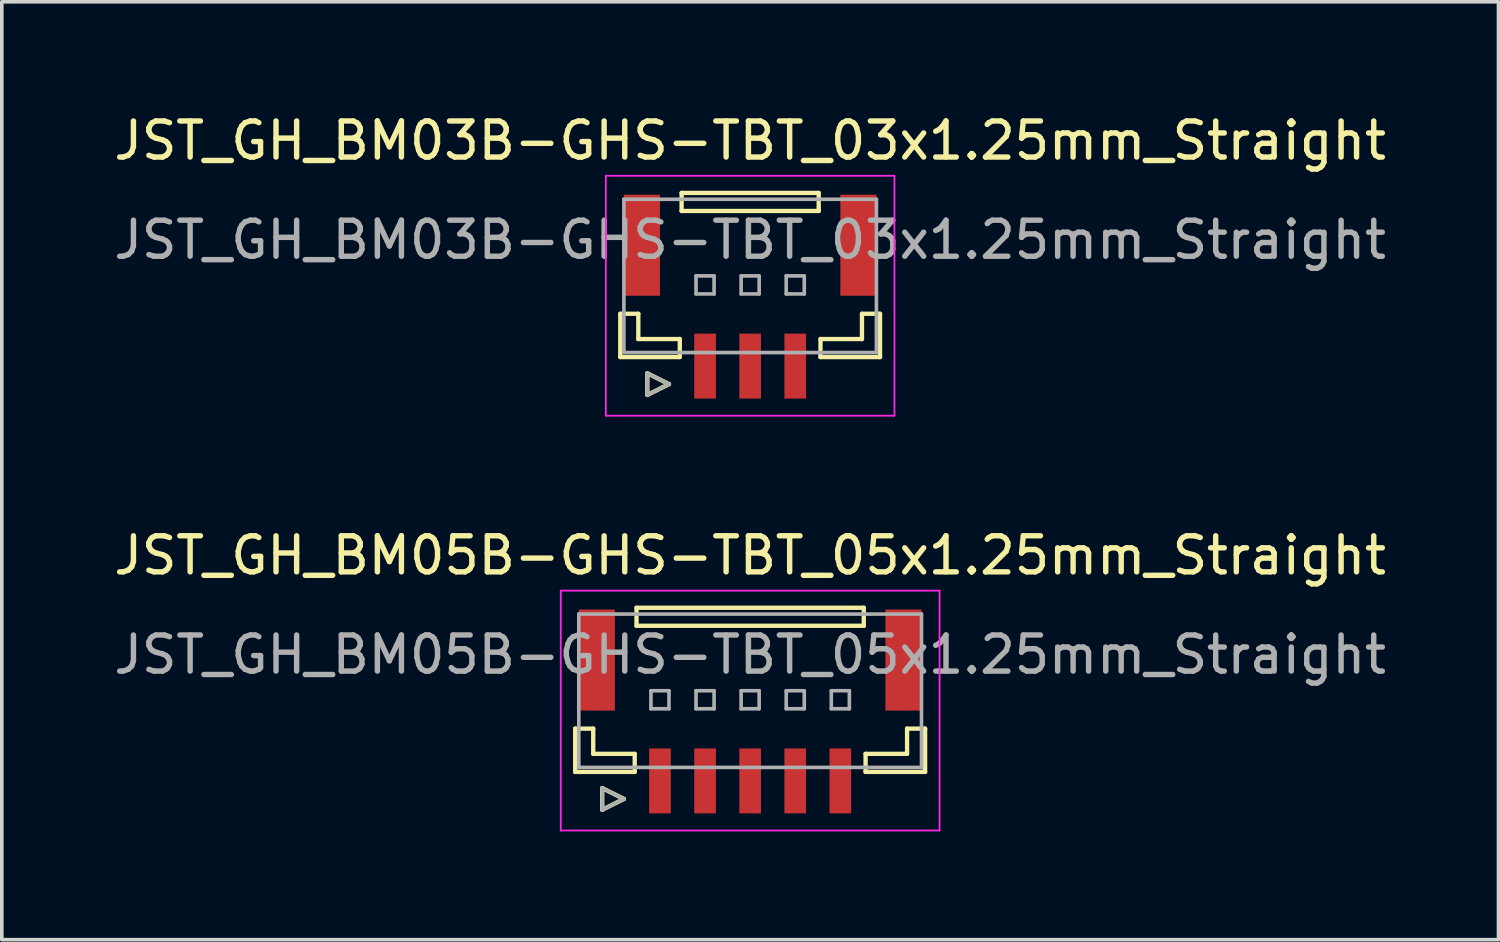
<source format=kicad_pcb>
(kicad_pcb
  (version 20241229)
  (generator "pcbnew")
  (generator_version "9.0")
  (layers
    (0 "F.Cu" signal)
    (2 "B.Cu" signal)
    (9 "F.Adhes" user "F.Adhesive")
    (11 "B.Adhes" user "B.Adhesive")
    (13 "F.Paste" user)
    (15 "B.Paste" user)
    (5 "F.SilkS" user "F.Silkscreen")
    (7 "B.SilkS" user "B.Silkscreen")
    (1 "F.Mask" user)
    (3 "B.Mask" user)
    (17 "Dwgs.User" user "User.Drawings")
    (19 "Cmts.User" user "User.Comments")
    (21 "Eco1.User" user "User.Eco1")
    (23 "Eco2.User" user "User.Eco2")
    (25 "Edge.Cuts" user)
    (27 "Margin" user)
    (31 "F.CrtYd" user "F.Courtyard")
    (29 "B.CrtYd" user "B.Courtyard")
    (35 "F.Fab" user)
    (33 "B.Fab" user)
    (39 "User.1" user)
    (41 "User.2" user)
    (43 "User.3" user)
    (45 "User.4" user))
  (footprint "JST_GH_BM03B-GHS-TBT_03x1.25mm_Straight"
    (layer "F.Cu")
    (at 17.744 5.423)
    (property "Reference" "JST_GH_BM03B-GHS-TBT_03x1.25mm_Straight" (at 0 -4.575 0) (layer "F.SilkS") (effects (font (size 1 1) (thickness 0.15))))
    (attr smd)
    (fp_line (start -3.6 0.225) (end -3.6 1.425) (stroke (width 0.12) (type solid)) (layer "F.SilkS"))
    (fp_line (start -3.6 1.425) (end -1.95 1.425) (stroke (width 0.12) (type solid)) (layer "F.SilkS"))
    (fp_line (start -3.1 0.225) (end -3.6 0.225) (stroke (width 0.12) (type solid)) (layer "F.SilkS"))
    (fp_line (start -3.1 0.925) (end -3.1 0.225) (stroke (width 0.12) (type solid)) (layer "F.SilkS"))
    (fp_line (start -2.85 1.875) (end -2.25 2.175) (stroke (width 0.12) (type solid)) (layer "F.SilkS"))
    (fp_line (start -2.85 2.475) (end -2.85 1.875) (stroke (width 0.12) (type solid)) (layer "F.SilkS"))
    (fp_line (start -2.25 2.175) (end -2.85 2.475) (stroke (width 0.12) (type solid)) (layer "F.SilkS"))
    (fp_line (start -1.95 0.925) (end -3.1 0.925) (stroke (width 0.12) (type solid)) (layer "F.SilkS"))
    (fp_line (start -1.95 1.425) (end -1.95 0.925) (stroke (width 0.12) (type solid)) (layer "F.SilkS"))
    (fp_line (start -1.9 -3.125) (end 1.9 -3.125) (stroke (width 0.12) (type solid)) (layer "F.SilkS"))
    (fp_line (start -1.9 -2.625) (end -1.9 -3.125) (stroke (width 0.12) (type solid)) (layer "F.SilkS"))
    (fp_line (start 1.9 -3.125) (end 1.9 -2.625) (stroke (width 0.12) (type solid)) (layer "F.SilkS"))
    (fp_line (start 1.9 -2.625) (end -1.9 -2.625) (stroke (width 0.12) (type solid)) (layer "F.SilkS"))
    (fp_line (start 1.95 0.925) (end 3.1 0.925) (stroke (width 0.12) (type solid)) (layer "F.SilkS"))
    (fp_line (start 1.95 1.425) (end 1.95 0.925) (stroke (width 0.12) (type solid)) (layer "F.SilkS"))
    (fp_line (start 3.1 0.225) (end 3.6 0.225) (stroke (width 0.12) (type solid)) (layer "F.SilkS"))
    (fp_line (start 3.1 0.925) (end 3.1 0.225) (stroke (width 0.12) (type solid)) (layer "F.SilkS"))
    (fp_line (start 3.6 0.225) (end 3.6 1.425) (stroke (width 0.12) (type solid)) (layer "F.SilkS"))
    (fp_line (start 3.6 1.425) (end 1.95 1.425) (stroke (width 0.12) (type solid)) (layer "F.SilkS"))
    (fp_line (start -4 -3.6) (end 4 -3.6) (stroke (width 0.05) (type solid)) (layer "F.CrtYd"))
    (fp_line (start -4 3.05) (end -4 -3.6) (stroke (width 0.05) (type solid)) (layer "F.CrtYd"))
    (fp_line (start 4 -3.6) (end 4 3.05) (stroke (width 0.05) (type solid)) (layer "F.CrtYd"))
    (fp_line (start 4 3.05) (end -4 3.05) (stroke (width 0.05) (type solid)) (layer "F.CrtYd"))
    (fp_line (start -3.5 -2.95) (end 3.5 -2.95) (stroke (width 0.1) (type solid)) (layer "F.Fab"))
    (fp_line (start -3.5 1.3) (end -3.5 -2.95) (stroke (width 0.1) (type solid)) (layer "F.Fab"))
    (fp_line (start -2.85 1.875) (end -2.25 2.175) (stroke (width 0.1) (type solid)) (layer "F.Fab"))
    (fp_line (start -2.85 2.475) (end -2.85 1.875) (stroke (width 0.1) (type solid)) (layer "F.Fab"))
    (fp_line (start -2.25 2.175) (end -2.85 2.475) (stroke (width 0.1) (type solid)) (layer "F.Fab"))
    (fp_line (start -1.5 -0.825) (end -1 -0.825) (stroke (width 0.1) (type solid)) (layer "F.Fab"))
    (fp_line (start -1.5 -0.325) (end -1.5 -0.825) (stroke (width 0.1) (type solid)) (layer "F.Fab"))
    (fp_line (start -1 -0.825) (end -1 -0.325) (stroke (width 0.1) (type solid)) (layer "F.Fab"))
    (fp_line (start -1 -0.325) (end -1.5 -0.325) (stroke (width 0.1) (type solid)) (layer "F.Fab"))
    (fp_line (start -0.25 -0.825) (end 0.25 -0.825) (stroke (width 0.1) (type solid)) (layer "F.Fab"))
    (fp_line (start -0.25 -0.325) (end -0.25 -0.825) (stroke (width 0.1) (type solid)) (layer "F.Fab"))
    (fp_line (start 0.25 -0.825) (end 0.25 -0.325) (stroke (width 0.1) (type solid)) (layer "F.Fab"))
    (fp_line (start 0.25 -0.325) (end -0.25 -0.325) (stroke (width 0.1) (type solid)) (layer "F.Fab"))
    (fp_line (start 1 -0.825) (end 1.5 -0.825) (stroke (width 0.1) (type solid)) (layer "F.Fab"))
    (fp_line (start 1 -0.325) (end 1 -0.825) (stroke (width 0.1) (type solid)) (layer "F.Fab"))
    (fp_line (start 1.5 -0.825) (end 1.5 -0.325) (stroke (width 0.1) (type solid)) (layer "F.Fab"))
    (fp_line (start 1.5 -0.325) (end 1 -0.325) (stroke (width 0.1) (type solid)) (layer "F.Fab"))
    (fp_line (start 3.5 -2.95) (end 3.5 1.3) (stroke (width 0.1) (type solid)) (layer "F.Fab"))
    (fp_line (start 3.5 1.3) (end -3.5 1.3) (stroke (width 0.1) (type solid)) (layer "F.Fab"))
    (fp_text user "${REFERENCE}" (at 0 -1.825 0) (layer "F.Fab") (effects (font (size 1 1) (thickness 0.15))))
    (pad "" smd rect (at -3 -1.675) (size 1 2.8) (layers "F.Cu" "F.Mask" "F.Paste"))
    (pad "" smd rect (at 3 -1.675) (size 1 2.8) (layers "F.Cu" "F.Mask" "F.Paste"))
    (pad "1" smd rect (at -1.25 1.675) (size 0.6 1.8) (layers "F.Cu" "F.Mask" "F.Paste"))
    (pad "2" smd rect (at 0 1.675) (size 0.6 1.8) (layers "F.Cu" "F.Mask" "F.Paste"))
    (pad "3" smd rect (at 1.25 1.675) (size 0.6 1.8) (layers "F.Cu" "F.Mask" "F.Paste")))
  (footprint "JST_GH_BM05B-GHS-TBT_05x1.25mm_Straight"
    (layer "F.Cu")
    (at 17.744 16.922)
    (property "Reference" "JST_GH_BM05B-GHS-TBT_05x1.25mm_Straight" (at 0 -4.575 0) (layer "F.SilkS") (effects (font (size 1 1) (thickness 0.15))))
    (attr smd)
    (fp_line (start -4.85 0.225) (end -4.85 1.425) (stroke (width 0.12) (type solid)) (layer "F.SilkS"))
    (fp_line (start -4.85 1.425) (end -3.2 1.425) (stroke (width 0.12) (type solid)) (layer "F.SilkS"))
    (fp_line (start -4.35 0.225) (end -4.85 0.225) (stroke (width 0.12) (type solid)) (layer "F.SilkS"))
    (fp_line (start -4.35 0.925) (end -4.35 0.225) (stroke (width 0.12) (type solid)) (layer "F.SilkS"))
    (fp_line (start -4.1 1.875) (end -3.5 2.175) (stroke (width 0.12) (type solid)) (layer "F.SilkS"))
    (fp_line (start -4.1 2.475) (end -4.1 1.875) (stroke (width 0.12) (type solid)) (layer "F.SilkS"))
    (fp_line (start -3.5 2.175) (end -4.1 2.475) (stroke (width 0.12) (type solid)) (layer "F.SilkS"))
    (fp_line (start -3.2 0.925) (end -4.35 0.925) (stroke (width 0.12) (type solid)) (layer "F.SilkS"))
    (fp_line (start -3.2 1.425) (end -3.2 0.925) (stroke (width 0.12) (type solid)) (layer "F.SilkS"))
    (fp_line (start -3.15 -3.125) (end 3.15 -3.125) (stroke (width 0.12) (type solid)) (layer "F.SilkS"))
    (fp_line (start -3.15 -2.625) (end -3.15 -3.125) (stroke (width 0.12) (type solid)) (layer "F.SilkS"))
    (fp_line (start 3.15 -3.125) (end 3.15 -2.625) (stroke (width 0.12) (type solid)) (layer "F.SilkS"))
    (fp_line (start 3.15 -2.625) (end -3.15 -2.625) (stroke (width 0.12) (type solid)) (layer "F.SilkS"))
    (fp_line (start 3.2 0.925) (end 4.35 0.925) (stroke (width 0.12) (type solid)) (layer "F.SilkS"))
    (fp_line (start 3.2 1.425) (end 3.2 0.925) (stroke (width 0.12) (type solid)) (layer "F.SilkS"))
    (fp_line (start 4.35 0.225) (end 4.85 0.225) (stroke (width 0.12) (type solid)) (layer "F.SilkS"))
    (fp_line (start 4.35 0.925) (end 4.35 0.225) (stroke (width 0.12) (type solid)) (layer "F.SilkS"))
    (fp_line (start 4.85 0.225) (end 4.85 1.425) (stroke (width 0.12) (type solid)) (layer "F.SilkS"))
    (fp_line (start 4.85 1.425) (end 3.2 1.425) (stroke (width 0.12) (type solid)) (layer "F.SilkS"))
    (fp_line (start -5.25 -3.6) (end 5.25 -3.6) (stroke (width 0.05) (type solid)) (layer "F.CrtYd"))
    (fp_line (start -5.25 3.05) (end -5.25 -3.6) (stroke (width 0.05) (type solid)) (layer "F.CrtYd"))
    (fp_line (start 5.25 -3.6) (end 5.25 3.05) (stroke (width 0.05) (type solid)) (layer "F.CrtYd"))
    (fp_line (start 5.25 3.05) (end -5.25 3.05) (stroke (width 0.05) (type solid)) (layer "F.CrtYd"))
    (fp_line (start -4.75 -2.95) (end 4.75 -2.95) (stroke (width 0.1) (type solid)) (layer "F.Fab"))
    (fp_line (start -4.75 1.3) (end -4.75 -2.95) (stroke (width 0.1) (type solid)) (layer "F.Fab"))
    (fp_line (start -4.1 1.875) (end -3.5 2.175) (stroke (width 0.1) (type solid)) (layer "F.Fab"))
    (fp_line (start -4.1 2.475) (end -4.1 1.875) (stroke (width 0.1) (type solid)) (layer "F.Fab"))
    (fp_line (start -3.5 2.175) (end -4.1 2.475) (stroke (width 0.1) (type solid)) (layer "F.Fab"))
    (fp_line (start -2.75 -0.825) (end -2.25 -0.825) (stroke (width 0.1) (type solid)) (layer "F.Fab"))
    (fp_line (start -2.75 -0.325) (end -2.75 -0.825) (stroke (width 0.1) (type solid)) (layer "F.Fab"))
    (fp_line (start -2.25 -0.825) (end -2.25 -0.325) (stroke (width 0.1) (type solid)) (layer "F.Fab"))
    (fp_line (start -2.25 -0.325) (end -2.75 -0.325) (stroke (width 0.1) (type solid)) (layer "F.Fab"))
    (fp_line (start -1.5 -0.825) (end -1 -0.825) (stroke (width 0.1) (type solid)) (layer "F.Fab"))
    (fp_line (start -1.5 -0.325) (end -1.5 -0.825) (stroke (width 0.1) (type solid)) (layer "F.Fab"))
    (fp_line (start -1 -0.825) (end -1 -0.325) (stroke (width 0.1) (type solid)) (layer "F.Fab"))
    (fp_line (start -1 -0.325) (end -1.5 -0.325) (stroke (width 0.1) (type solid)) (layer "F.Fab"))
    (fp_line (start -0.25 -0.825) (end 0.25 -0.825) (stroke (width 0.1) (type solid)) (layer "F.Fab"))
    (fp_line (start -0.25 -0.325) (end -0.25 -0.825) (stroke (width 0.1) (type solid)) (layer "F.Fab"))
    (fp_line (start 0.25 -0.825) (end 0.25 -0.325) (stroke (width 0.1) (type solid)) (layer "F.Fab"))
    (fp_line (start 0.25 -0.325) (end -0.25 -0.325) (stroke (width 0.1) (type solid)) (layer "F.Fab"))
    (fp_line (start 1 -0.825) (end 1.5 -0.825) (stroke (width 0.1) (type solid)) (layer "F.Fab"))
    (fp_line (start 1 -0.325) (end 1 -0.825) (stroke (width 0.1) (type solid)) (layer "F.Fab"))
    (fp_line (start 1.5 -0.825) (end 1.5 -0.325) (stroke (width 0.1) (type solid)) (layer "F.Fab"))
    (fp_line (start 1.5 -0.325) (end 1 -0.325) (stroke (width 0.1) (type solid)) (layer "F.Fab"))
    (fp_line (start 2.25 -0.825) (end 2.75 -0.825) (stroke (width 0.1) (type solid)) (layer "F.Fab"))
    (fp_line (start 2.25 -0.325) (end 2.25 -0.825) (stroke (width 0.1) (type solid)) (layer "F.Fab"))
    (fp_line (start 2.75 -0.825) (end 2.75 -0.325) (stroke (width 0.1) (type solid)) (layer "F.Fab"))
    (fp_line (start 2.75 -0.325) (end 2.25 -0.325) (stroke (width 0.1) (type solid)) (layer "F.Fab"))
    (fp_line (start 4.75 -2.95) (end 4.75 1.3) (stroke (width 0.1) (type solid)) (layer "F.Fab"))
    (fp_line (start 4.75 1.3) (end -4.75 1.3) (stroke (width 0.1) (type solid)) (layer "F.Fab"))
    (fp_text user "${REFERENCE}" (at 0 -1.825 0) (layer "F.Fab") (effects (font (size 1 1) (thickness 0.15))))
    (pad "" smd rect (at -4.25 -1.675) (size 1 2.8) (layers "F.Cu" "F.Mask" "F.Paste"))
    (pad "" smd rect (at 4.25 -1.675) (size 1 2.8) (layers "F.Cu" "F.Mask" "F.Paste"))
    (pad "1" smd rect (at -2.5 1.675) (size 0.6 1.8) (layers "F.Cu" "F.Mask" "F.Paste"))
    (pad "2" smd rect (at -1.25 1.675) (size 0.6 1.8) (layers "F.Cu" "F.Mask" "F.Paste"))
    (pad "3" smd rect (at 0 1.675) (size 0.6 1.8) (layers "F.Cu" "F.Mask" "F.Paste"))
    (pad "4" smd rect (at 1.25 1.675) (size 0.6 1.8) (layers "F.Cu" "F.Mask" "F.Paste"))
    (pad "5" smd rect (at 2.5 1.675) (size 0.6 1.8) (layers "F.Cu" "F.Mask" "F.Paste")))
  (gr_rect
    (start -3 -3)
    (end 38.488 22.997)
    (stroke (width 0.1) (type default))
    (fill no)
    (layer "Edge.Cuts")))
</source>
